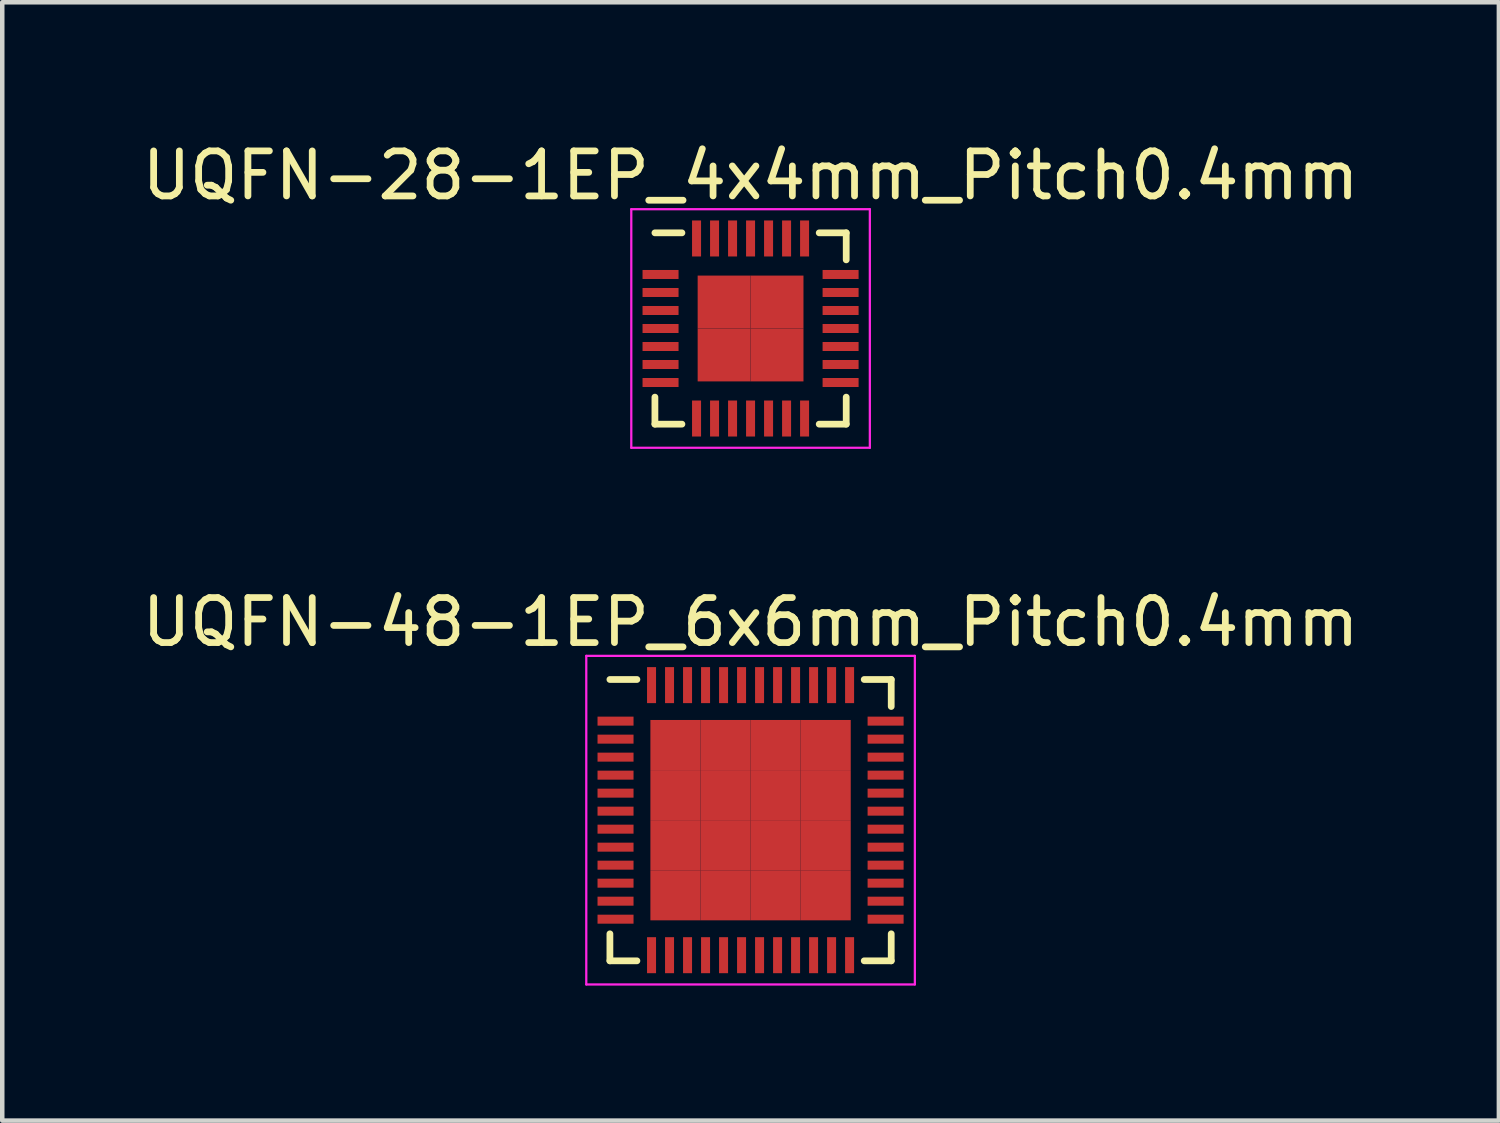
<source format=kicad_pcb>
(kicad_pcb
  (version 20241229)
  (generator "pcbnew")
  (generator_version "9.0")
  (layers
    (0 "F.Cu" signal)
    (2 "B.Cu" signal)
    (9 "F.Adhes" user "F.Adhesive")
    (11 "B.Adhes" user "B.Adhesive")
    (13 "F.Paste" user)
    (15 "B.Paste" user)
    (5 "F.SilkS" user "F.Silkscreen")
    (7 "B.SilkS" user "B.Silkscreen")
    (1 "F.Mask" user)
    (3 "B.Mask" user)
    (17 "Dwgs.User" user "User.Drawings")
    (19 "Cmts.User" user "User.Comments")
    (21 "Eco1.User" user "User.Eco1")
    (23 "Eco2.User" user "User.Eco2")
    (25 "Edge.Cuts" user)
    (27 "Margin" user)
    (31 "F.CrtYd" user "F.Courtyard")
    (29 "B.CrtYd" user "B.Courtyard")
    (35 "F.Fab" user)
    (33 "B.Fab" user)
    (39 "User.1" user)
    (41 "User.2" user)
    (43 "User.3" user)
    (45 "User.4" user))
  (footprint "UQFN-28-1EP_4x4mm_Pitch0.4mm"
    (layer "F.Cu")
    (at 13.625 4.248)
    (property "Reference" "UQFN-28-1EP_4x4mm_Pitch0.4mm" (at 0 -3.4 0) (layer "F.SilkS") (effects (font (size 1 1) (thickness 0.15))))
    (attr smd)
    (fp_line (start -2.125 -2.125) (end -1.525 -2.125) (stroke (width 0.15) (type solid)) (layer "F.SilkS"))
    (fp_line (start -2.125 2.125) (end -2.125 1.525) (stroke (width 0.15) (type solid)) (layer "F.SilkS"))
    (fp_line (start -2.125 2.125) (end -1.525 2.125) (stroke (width 0.15) (type solid)) (layer "F.SilkS"))
    (fp_line (start 2.125 -2.125) (end 1.525 -2.125) (stroke (width 0.15) (type solid)) (layer "F.SilkS"))
    (fp_line (start 2.125 -2.125) (end 2.125 -1.525) (stroke (width 0.15) (type solid)) (layer "F.SilkS"))
    (fp_line (start 2.125 2.125) (end 1.525 2.125) (stroke (width 0.15) (type solid)) (layer "F.SilkS"))
    (fp_line (start 2.125 2.125) (end 2.125 1.525) (stroke (width 0.15) (type solid)) (layer "F.SilkS"))
    (fp_line (start -2.65 -2.65) (end -2.65 2.65) (stroke (width 0.05) (type solid)) (layer "F.CrtYd"))
    (fp_line (start -2.65 -2.65) (end 2.65 -2.65) (stroke (width 0.05) (type solid)) (layer "F.CrtYd"))
    (fp_line (start -2.65 2.65) (end 2.65 2.65) (stroke (width 0.05) (type solid)) (layer "F.CrtYd"))
    (fp_line (start 2.65 -2.65) (end 2.65 2.65) (stroke (width 0.05) (type solid)) (layer "F.CrtYd"))
    (pad "1" smd rect (at -2 -1.2) (size 0.8 0.2) (layers "F.Cu" "F.Mask" "F.Paste"))
    (pad "2" smd rect (at -2 -0.8) (size 0.8 0.2) (layers "F.Cu" "F.Mask" "F.Paste"))
    (pad "3" smd rect (at -2 -0.4) (size 0.8 0.2) (layers "F.Cu" "F.Mask" "F.Paste"))
    (pad "4" smd rect (at -2 0) (size 0.8 0.2) (layers "F.Cu" "F.Mask" "F.Paste"))
    (pad "5" smd rect (at -2 0.4) (size 0.8 0.2) (layers "F.Cu" "F.Mask" "F.Paste"))
    (pad "6" smd rect (at -2 0.8) (size 0.8 0.2) (layers "F.Cu" "F.Mask" "F.Paste"))
    (pad "7" smd rect (at -2 1.2) (size 0.8 0.2) (layers "F.Cu" "F.Mask" "F.Paste"))
    (pad "8" smd rect (at -1.2 2 90) (size 0.8 0.2) (layers "F.Cu" "F.Mask" "F.Paste"))
    (pad "9" smd rect (at -0.8 2 90) (size 0.8 0.2) (layers "F.Cu" "F.Mask" "F.Paste"))
    (pad "10" smd rect (at -0.4 2 90) (size 0.8 0.2) (layers "F.Cu" "F.Mask" "F.Paste"))
    (pad "11" smd rect (at 0 2 90) (size 0.8 0.2) (layers "F.Cu" "F.Mask" "F.Paste"))
    (pad "12" smd rect (at 0.4 2 90) (size 0.8 0.2) (layers "F.Cu" "F.Mask" "F.Paste"))
    (pad "13" smd rect (at 0.8 2 90) (size 0.8 0.2) (layers "F.Cu" "F.Mask" "F.Paste"))
    (pad "14" smd rect (at 1.2 2 90) (size 0.8 0.2) (layers "F.Cu" "F.Mask" "F.Paste"))
    (pad "15" smd rect (at 2 1.2) (size 0.8 0.2) (layers "F.Cu" "F.Mask" "F.Paste"))
    (pad "16" smd rect (at 2 0.8) (size 0.8 0.2) (layers "F.Cu" "F.Mask" "F.Paste"))
    (pad "17" smd rect (at 2 0.4) (size 0.8 0.2) (layers "F.Cu" "F.Mask" "F.Paste"))
    (pad "18" smd rect (at 2 0) (size 0.8 0.2) (layers "F.Cu" "F.Mask" "F.Paste"))
    (pad "19" smd rect (at 2 -0.4) (size 0.8 0.2) (layers "F.Cu" "F.Mask" "F.Paste"))
    (pad "20" smd rect (at 2 -0.8) (size 0.8 0.2) (layers "F.Cu" "F.Mask" "F.Paste"))
    (pad "21" smd rect (at 2 -1.2) (size 0.8 0.2) (layers "F.Cu" "F.Mask" "F.Paste"))
    (pad "22" smd rect (at 1.2 -2 90) (size 0.8 0.2) (layers "F.Cu" "F.Mask" "F.Paste"))
    (pad "23" smd rect (at 0.8 -2 90) (size 0.8 0.2) (layers "F.Cu" "F.Mask" "F.Paste"))
    (pad "24" smd rect (at 0.4 -2 90) (size 0.8 0.2) (layers "F.Cu" "F.Mask" "F.Paste"))
    (pad "25" smd rect (at 0 -2 90) (size 0.8 0.2) (layers "F.Cu" "F.Mask" "F.Paste"))
    (pad "26" smd rect (at -0.4 -2 90) (size 0.8 0.2) (layers "F.Cu" "F.Mask" "F.Paste"))
    (pad "27" smd rect (at -0.8 -2 90) (size 0.8 0.2) (layers "F.Cu" "F.Mask" "F.Paste"))
    (pad "28" smd rect (at -1.2 -2 90) (size 0.8 0.2) (layers "F.Cu" "F.Mask" "F.Paste"))
    (pad "29" smd rect (at -0.588 -0.588) (size 1.175 1.175) (layers "F.Cu" "F.Mask" "F.Paste"))
    (pad "29" smd rect (at -0.588 0.588) (size 1.175 1.175) (layers "F.Cu" "F.Mask" "F.Paste"))
    (pad "29" smd rect (at 0.588 -0.588) (size 1.175 1.175) (layers "F.Cu" "F.Mask" "F.Paste"))
    (pad "29" smd rect (at 0.588 0.588) (size 1.175 1.175) (layers "F.Cu" "F.Mask" "F.Paste")))
  (footprint "UQFN-48-1EP_6x6mm_Pitch0.4mm"
    (layer "F.Cu")
    (at 13.625 15.171)
    (property "Reference" "UQFN-48-1EP_6x6mm_Pitch0.4mm" (at 0 -4.4 0) (layer "F.SilkS") (effects (font (size 1 1) (thickness 0.15))))
    (attr smd)
    (fp_line (start -3.125 -3.125) (end -2.525 -3.125) (stroke (width 0.15) (type solid)) (layer "F.SilkS"))
    (fp_line (start -3.125 3.125) (end -3.125 2.525) (stroke (width 0.15) (type solid)) (layer "F.SilkS"))
    (fp_line (start -3.125 3.125) (end -2.525 3.125) (stroke (width 0.15) (type solid)) (layer "F.SilkS"))
    (fp_line (start 3.125 -3.125) (end 2.525 -3.125) (stroke (width 0.15) (type solid)) (layer "F.SilkS"))
    (fp_line (start 3.125 -3.125) (end 3.125 -2.525) (stroke (width 0.15) (type solid)) (layer "F.SilkS"))
    (fp_line (start 3.125 3.125) (end 2.525 3.125) (stroke (width 0.15) (type solid)) (layer "F.SilkS"))
    (fp_line (start 3.125 3.125) (end 3.125 2.525) (stroke (width 0.15) (type solid)) (layer "F.SilkS"))
    (fp_line (start -3.65 -3.65) (end -3.65 3.65) (stroke (width 0.05) (type solid)) (layer "F.CrtYd"))
    (fp_line (start -3.65 -3.65) (end 3.65 -3.65) (stroke (width 0.05) (type solid)) (layer "F.CrtYd"))
    (fp_line (start -3.65 3.65) (end 3.65 3.65) (stroke (width 0.05) (type solid)) (layer "F.CrtYd"))
    (fp_line (start 3.65 -3.65) (end 3.65 3.65) (stroke (width 0.05) (type solid)) (layer "F.CrtYd"))
    (pad "1" smd rect (at -3 -2.2) (size 0.8 0.2) (layers "F.Cu" "F.Mask" "F.Paste"))
    (pad "2" smd rect (at -3 -1.8) (size 0.8 0.2) (layers "F.Cu" "F.Mask" "F.Paste"))
    (pad "3" smd rect (at -3 -1.4) (size 0.8 0.2) (layers "F.Cu" "F.Mask" "F.Paste"))
    (pad "4" smd rect (at -3 -1) (size 0.8 0.2) (layers "F.Cu" "F.Mask" "F.Paste"))
    (pad "5" smd rect (at -3 -0.6) (size 0.8 0.2) (layers "F.Cu" "F.Mask" "F.Paste"))
    (pad "6" smd rect (at -3 -0.2) (size 0.8 0.2) (layers "F.Cu" "F.Mask" "F.Paste"))
    (pad "7" smd rect (at -3 0.2) (size 0.8 0.2) (layers "F.Cu" "F.Mask" "F.Paste"))
    (pad "8" smd rect (at -3 0.6) (size 0.8 0.2) (layers "F.Cu" "F.Mask" "F.Paste"))
    (pad "9" smd rect (at -3 1) (size 0.8 0.2) (layers "F.Cu" "F.Mask" "F.Paste"))
    (pad "10" smd rect (at -3 1.4) (size 0.8 0.2) (layers "F.Cu" "F.Mask" "F.Paste"))
    (pad "11" smd rect (at -3 1.8) (size 0.8 0.2) (layers "F.Cu" "F.Mask" "F.Paste"))
    (pad "12" smd rect (at -3 2.2) (size 0.8 0.2) (layers "F.Cu" "F.Mask" "F.Paste"))
    (pad "13" smd rect (at -2.2 3 90) (size 0.8 0.2) (layers "F.Cu" "F.Mask" "F.Paste"))
    (pad "14" smd rect (at -1.8 3 90) (size 0.8 0.2) (layers "F.Cu" "F.Mask" "F.Paste"))
    (pad "15" smd rect (at -1.4 3 90) (size 0.8 0.2) (layers "F.Cu" "F.Mask" "F.Paste"))
    (pad "16" smd rect (at -1 3 90) (size 0.8 0.2) (layers "F.Cu" "F.Mask" "F.Paste"))
    (pad "17" smd rect (at -0.6 3 90) (size 0.8 0.2) (layers "F.Cu" "F.Mask" "F.Paste"))
    (pad "18" smd rect (at -0.2 3 90) (size 0.8 0.2) (layers "F.Cu" "F.Mask" "F.Paste"))
    (pad "19" smd rect (at 0.2 3 90) (size 0.8 0.2) (layers "F.Cu" "F.Mask" "F.Paste"))
    (pad "20" smd rect (at 0.6 3 90) (size 0.8 0.2) (layers "F.Cu" "F.Mask" "F.Paste"))
    (pad "21" smd rect (at 1 3 90) (size 0.8 0.2) (layers "F.Cu" "F.Mask" "F.Paste"))
    (pad "22" smd rect (at 1.4 3 90) (size 0.8 0.2) (layers "F.Cu" "F.Mask" "F.Paste"))
    (pad "23" smd rect (at 1.8 3 90) (size 0.8 0.2) (layers "F.Cu" "F.Mask" "F.Paste"))
    (pad "24" smd rect (at 2.2 3 90) (size 0.8 0.2) (layers "F.Cu" "F.Mask" "F.Paste"))
    (pad "25" smd rect (at 3 2.2) (size 0.8 0.2) (layers "F.Cu" "F.Mask" "F.Paste"))
    (pad "26" smd rect (at 3 1.8) (size 0.8 0.2) (layers "F.Cu" "F.Mask" "F.Paste"))
    (pad "27" smd rect (at 3 1.4) (size 0.8 0.2) (layers "F.Cu" "F.Mask" "F.Paste"))
    (pad "28" smd rect (at 3 1) (size 0.8 0.2) (layers "F.Cu" "F.Mask" "F.Paste"))
    (pad "29" smd rect (at 3 0.6) (size 0.8 0.2) (layers "F.Cu" "F.Mask" "F.Paste"))
    (pad "30" smd rect (at 3 0.2) (size 0.8 0.2) (layers "F.Cu" "F.Mask" "F.Paste"))
    (pad "31" smd rect (at 3 -0.2) (size 0.8 0.2) (layers "F.Cu" "F.Mask" "F.Paste"))
    (pad "32" smd rect (at 3 -0.6) (size 0.8 0.2) (layers "F.Cu" "F.Mask" "F.Paste"))
    (pad "33" smd rect (at 3 -1) (size 0.8 0.2) (layers "F.Cu" "F.Mask" "F.Paste"))
    (pad "34" smd rect (at 3 -1.4) (size 0.8 0.2) (layers "F.Cu" "F.Mask" "F.Paste"))
    (pad "35" smd rect (at 3 -1.8) (size 0.8 0.2) (layers "F.Cu" "F.Mask" "F.Paste"))
    (pad "36" smd rect (at 3 -2.2) (size 0.8 0.2) (layers "F.Cu" "F.Mask" "F.Paste"))
    (pad "37" smd rect (at 2.2 -3 90) (size 0.8 0.2) (layers "F.Cu" "F.Mask" "F.Paste"))
    (pad "38" smd rect (at 1.8 -3 90) (size 0.8 0.2) (layers "F.Cu" "F.Mask" "F.Paste"))
    (pad "39" smd rect (at 1.4 -3 90) (size 0.8 0.2) (layers "F.Cu" "F.Mask" "F.Paste"))
    (pad "40" smd rect (at 1 -3 90) (size 0.8 0.2) (layers "F.Cu" "F.Mask" "F.Paste"))
    (pad "41" smd rect (at 0.6 -3 90) (size 0.8 0.2) (layers "F.Cu" "F.Mask" "F.Paste"))
    (pad "42" smd rect (at 0.2 -3 90) (size 0.8 0.2) (layers "F.Cu" "F.Mask" "F.Paste"))
    (pad "43" smd rect (at -0.2 -3 90) (size 0.8 0.2) (layers "F.Cu" "F.Mask" "F.Paste"))
    (pad "44" smd rect (at -0.6 -3 90) (size 0.8 0.2) (layers "F.Cu" "F.Mask" "F.Paste"))
    (pad "45" smd rect (at -1 -3 90) (size 0.8 0.2) (layers "F.Cu" "F.Mask" "F.Paste"))
    (pad "46" smd rect (at -1.4 -3 90) (size 0.8 0.2) (layers "F.Cu" "F.Mask" "F.Paste"))
    (pad "47" smd rect (at -1.8 -3 90) (size 0.8 0.2) (layers "F.Cu" "F.Mask" "F.Paste"))
    (pad "48" smd rect (at -2.2 -3 90) (size 0.8 0.2) (layers "F.Cu" "F.Mask" "F.Paste"))
    (pad "49" smd rect (at -1.669 -1.669) (size 1.113 1.113) (layers "F.Cu" "F.Mask" "F.Paste"))
    (pad "49" smd rect (at -1.669 -0.556) (size 1.113 1.113) (layers "F.Cu" "F.Mask" "F.Paste"))
    (pad "49" smd rect (at -1.669 0.556) (size 1.113 1.113) (layers "F.Cu" "F.Mask" "F.Paste"))
    (pad "49" smd rect (at -1.669 1.669) (size 1.113 1.113) (layers "F.Cu" "F.Mask" "F.Paste"))
    (pad "49" smd rect (at -0.556 -1.669) (size 1.113 1.113) (layers "F.Cu" "F.Mask" "F.Paste"))
    (pad "49" smd rect (at -0.556 -0.556) (size 1.113 1.113) (layers "F.Cu" "F.Mask" "F.Paste"))
    (pad "49" smd rect (at -0.556 0.556) (size 1.113 1.113) (layers "F.Cu" "F.Mask" "F.Paste"))
    (pad "49" smd rect (at -0.556 1.669) (size 1.113 1.113) (layers "F.Cu" "F.Mask" "F.Paste"))
    (pad "49" smd rect (at 0.556 -1.669) (size 1.113 1.113) (layers "F.Cu" "F.Mask" "F.Paste"))
    (pad "49" smd rect (at 0.556 -0.556) (size 1.113 1.113) (layers "F.Cu" "F.Mask" "F.Paste"))
    (pad "49" smd rect (at 0.556 0.556) (size 1.113 1.113) (layers "F.Cu" "F.Mask" "F.Paste"))
    (pad "49" smd rect (at 0.556 1.669) (size 1.113 1.113) (layers "F.Cu" "F.Mask" "F.Paste"))
    (pad "49" smd rect (at 1.669 -1.669) (size 1.113 1.113) (layers "F.Cu" "F.Mask" "F.Paste"))
    (pad "49" smd rect (at 1.669 -0.556) (size 1.113 1.113) (layers "F.Cu" "F.Mask" "F.Paste"))
    (pad "49" smd rect (at 1.669 0.556) (size 1.113 1.113) (layers "F.Cu" "F.Mask" "F.Paste"))
    (pad "49" smd rect (at 1.669 1.669) (size 1.113 1.113) (layers "F.Cu" "F.Mask" "F.Paste")))
  (gr_rect
    (start -3 -3)
    (end 30.25 21.846)
    (stroke (width 0.1) (type default))
    (fill no)
    (layer "Edge.Cuts")))
</source>
